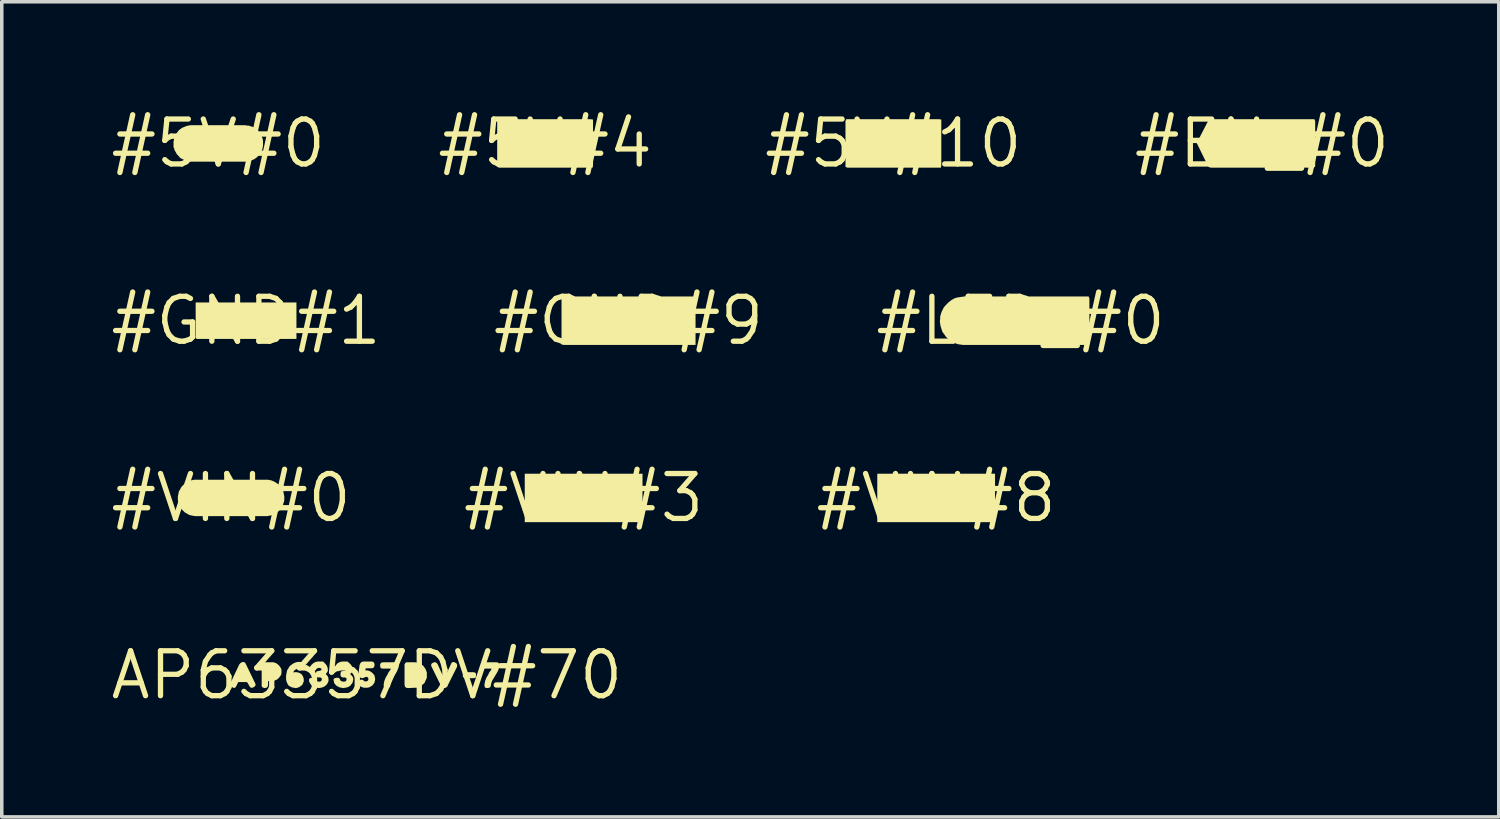
<source format=kicad_pcb>
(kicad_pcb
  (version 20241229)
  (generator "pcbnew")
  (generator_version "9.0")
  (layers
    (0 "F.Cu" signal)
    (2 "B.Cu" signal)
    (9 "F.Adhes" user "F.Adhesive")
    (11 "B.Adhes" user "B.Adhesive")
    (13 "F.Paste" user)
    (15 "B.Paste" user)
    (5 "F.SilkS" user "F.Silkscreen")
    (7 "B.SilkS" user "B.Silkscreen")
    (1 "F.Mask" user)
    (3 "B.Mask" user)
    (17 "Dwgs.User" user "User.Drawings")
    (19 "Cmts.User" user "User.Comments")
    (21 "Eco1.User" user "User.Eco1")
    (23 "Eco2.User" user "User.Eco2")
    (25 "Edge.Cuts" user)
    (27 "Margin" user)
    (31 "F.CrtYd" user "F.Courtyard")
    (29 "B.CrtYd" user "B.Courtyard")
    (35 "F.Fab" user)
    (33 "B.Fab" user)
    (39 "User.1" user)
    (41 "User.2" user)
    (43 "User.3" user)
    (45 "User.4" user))
  (footprint "#5V#0"
    (layer "F.Cu")
    (at 3.122 1.006)
    (property "Reference" "#5V#0" (at 0 0 0) (layer "F.SilkS") (effects (font (size 1.27 1.27) (thickness 0.15))))
    (fp_poly (pts (xy 0.76 -0.515) (xy 0.81 -0.505) (xy 0.861 -0.505) (xy 0.911 -0.485) (xy 0.962 -0.475) (xy 1.012 -0.444) (xy 1.053 -0.424) (xy 1.093 -0.384) (xy 1.134 -0.354) (xy 1.164 -0.313) (xy 1.194 -0.273) (xy 1.215 -0.232) (xy 1.235 -0.182) (xy 1.255 -0.131) (xy 1.265 -0.08) (xy 1.265 0.07) (xy 1.255 0.121) (xy 1.245 0.171) (xy 1.224 0.222) (xy 1.194 0.263) (xy 1.134 0.343) (xy 1.104 0.384) (xy 1.063 0.414) (xy 1.022 0.444) (xy 0.972 0.465) (xy 0.921 0.485) (xy 0.821 0.505) (xy 0.77 0.515) (xy -0.8 0.515) (xy -0.851 0.505) (xy -0.902 0.495) (xy -0.942 0.475) (xy -0.992 0.455) (xy -1.032 0.434) (xy -1.083 0.404) (xy -1.114 0.363) (xy -1.154 0.323) (xy -1.184 0.283) (xy -1.204 0.242) (xy -1.235 0.192) (xy -1.245 0.152) (xy -1.265 0.101) (xy -1.265 -0.05) (xy -1.255 -0.101) (xy -1.245 -0.151) (xy -1.225 -0.202) (xy -1.204 -0.252) (xy -1.174 -0.293) (xy -1.144 -0.333) (xy -1.114 -0.374) (xy -1.073 -0.404) (xy -1.033 -0.434) (xy -0.992 -0.455) (xy -0.942 -0.475) (xy -0.891 -0.495) (xy -0.841 -0.505) (xy -0.79 -0.515)) (stroke (width 0) (type default)) (fill yes) (layer "F.SilkS")))
  (footprint "#GND#9"
    (layer "F.Cu")
    (at 14.724 6.019)
    (property "Reference" "#GND#9" (at 0 0 0) (layer "F.SilkS") (effects (font (size 1.27 1.27) (thickness 0.15))))
    (fp_poly (pts (xy 1.83 -0.685) (xy 1.895 -0.674) (xy 1.895 0.685) (xy -1.83 0.685) (xy -1.895 0.674) (xy -1.895 -0.685)) (stroke (width 0) (type default)) (fill yes) (layer "F.SilkS"))
    (fp_poly (pts (xy 1.053 -0.224) (xy 1.104 -0.184) (xy 1.144 -0.133) (xy 1.175 -0.072) (xy 1.185 0) (xy 1.175 0.072) (xy 1.144 0.133) (xy 1.094 0.184) (xy 1.043 0.234) (xy 1.021 0.245) (xy 0.816 0.245) (xy 0.805 0.18) (xy 0.805 -0.223) (xy 0.848 -0.255) (xy 0.991 -0.255)) (stroke (width 0) (type default)) (fill yes) (layer "F.SilkS")))
  (footprint "#5V#4"
    (layer "F.Cu")
    (at 12.365 1.006)
    (property "Reference" "#5V#4" (at 0 0 0) (layer "F.SilkS") (effects (font (size 1.27 1.27) (thickness 0.15))))
    (fp_poly (pts (xy 1.29 -0.685) (xy 1.355 -0.674) (xy 1.355 0.62) (xy 1.344 0.685) (xy -1.301 0.685) (xy -1.355 0.663) (xy -1.355 -0.631) (xy -1.333 -0.685)) (stroke (width 0) (type default)) (fill yes) (layer "F.SilkS")))
  (footprint "#5V#10"
    (layer "F.Cu")
    (at 22.214 1.006)
    (property "Reference" "#5V#10" (at 0 0 0) (layer "F.SilkS") (effects (font (size 1.27 1.27) (thickness 0.15))))
    (fp_poly (pts (xy 1.29 -0.685) (xy 1.355 -0.674) (xy 1.355 0.62) (xy 1.344 0.685) (xy -1.301 0.685) (xy -1.355 0.663) (xy -1.355 -0.631) (xy -1.333 -0.685)) (stroke (width 0) (type default)) (fill yes) (layer "F.SilkS")))
  (footprint "#VIN#3"
    (layer "F.Cu")
    (at 13.454 11.031)
    (property "Reference" "#VIN#3" (at 0 0 0) (layer "F.SilkS") (effects (font (size 1.27 1.27) (thickness 0.15))))
    (fp_poly (pts (xy 1.665 -0.685) (xy 1.665 0.685) (xy -1.665 0.685) (xy -1.665 -0.685)) (stroke (width 0) (type default)) (fill yes) (layer "F.SilkS")))
  (footprint "#LED_#0"
    (layer "F.Cu")
    (at 25.812 6.019)
    (property "Reference" "#LED_#0" (at 0 0 0) (layer "F.SilkS") (effects (font (size 1.27 1.27) (thickness 0.15))))
    (fp_poly (pts (xy 0.753 -0.224) (xy 0.813 -0.184) (xy 0.854 -0.132) (xy 0.875 -0.071) (xy 0.885 0) (xy 0.875 0.072) (xy 0.844 0.133) (xy 0.804 0.183) (xy 0.753 0.234) (xy 0.731 0.245) (xy 0.516 0.245) (xy 0.505 0.18) (xy 0.505 -0.223) (xy 0.548 -0.255) (xy 0.691 -0.255)) (stroke (width 0) (type default)) (fill yes) (layer "F.SilkS"))
    (fp_poly (pts (xy 1.945 -0.631) (xy 1.945 0.663) (xy 1.891 0.685) (xy -1.63 0.685) (xy -1.701 0.675) (xy -1.771 0.665) (xy -1.832 0.645) (xy -1.953 0.584) (xy -2.013 0.544) (xy -2.063 0.504) (xy -2.114 0.453) (xy -2.154 0.393) (xy -2.194 0.343) (xy -2.225 0.282) (xy -2.245 0.211) (xy -2.265 0.151) (xy -2.275 0.081) (xy -2.285 0.02) (xy -2.275 -0.05) (xy -2.275 -0.121) (xy -2.255 -0.191) (xy -2.235 -0.252) (xy -2.174 -0.373) (xy -2.134 -0.423) (xy -2.084 -0.474) (xy -2.033 -0.524) (xy -1.983 -0.564) (xy -1.923 -0.604) (xy -1.862 -0.635) (xy -1.801 -0.655) (xy -1.731 -0.665) (xy -1.661 -0.675) (xy -1.6 -0.685) (xy 1.923 -0.685)) (stroke (width 0) (type default)) (fill yes) (layer "F.SilkS")))
  (footprint "#GND#1"
    (layer "F.Cu")
    (at 3.908 6.019)
    (property "Reference" "#GND#1" (at 0 0 0) (layer "F.SilkS") (effects (font (size 1.27 1.27) (thickness 0.15))))
    (fp_poly (pts (xy 1.425 -0.515) (xy 1.425 0.515) (xy -1.37 0.515) (xy -1.425 0.504) (xy -1.425 -0.515)) (stroke (width 0) (type default)) (fill yes) (layer "F.SilkS"))
    (fp_poly (pts (xy 0.741 -0.185) (xy 0.792 -0.175) (xy 0.834 -0.144) (xy 0.864 -0.102) (xy 0.885 -0.051) (xy 0.885 0.000495) (xy 0.875 0.051) (xy 0.854 0.103) (xy 0.824 0.134) (xy 0.783 0.174) (xy 0.761 0.185) (xy 0.605 0.185) (xy 0.605 -0.173) (xy 0.638 -0.195) (xy 0.69 -0.195)) (stroke (width 0) (type default)) (fill yes) (layer "F.SilkS")))
  (footprint "#EN_#0"
    (layer "F.Cu")
    (at 32.637 1.006)
    (property "Reference" "#EN_#0" (at 0 0 0) (layer "F.SilkS") (effects (font (size 1.27 1.27) (thickness 0.15))))
    (fp_poly (pts (xy 1.483 -0.685) (xy 1.505 -0.631) (xy 1.505 0.652) (xy 1.462 0.685) (xy -1.451 0.685) (xy -1.514 0.664) (xy -1.814 0.052) (xy -1.814 0.052) (xy -1.846 -0.01) (xy -1.503 -0.675) (xy -1.44 -0.685)) (stroke (width 0) (type default)) (fill yes) (layer "F.SilkS")))
  (footprint "#VIN#0"
    (layer "F.Cu")
    (at 3.485 11.031)
    (property "Reference" "#VIN#0" (at 0 0 0) (layer "F.SilkS") (effects (font (size 1.27 1.27) (thickness 0.15))))
    (fp_poly (pts (xy 1.04 -0.515) (xy 1.091 -0.505) (xy 1.141 -0.495) (xy 1.192 -0.475) (xy 1.232 -0.454) (xy 1.283 -0.424) (xy 1.323 -0.394) (xy 1.364 -0.364) (xy 1.394 -0.323) (xy 1.424 -0.282) (xy 1.444 -0.232) (xy 1.475 -0.192) (xy 1.485 -0.141) (xy 1.495 -0.091) (xy 1.505 -0.04) (xy 1.505 0.06) (xy 1.495 0.111) (xy 1.475 0.161) (xy 1.465 0.212) (xy 1.434 0.252) (xy 1.414 0.303) (xy 1.374 0.344) (xy 1.344 0.374) (xy 1.303 0.414) (xy 1.262 0.434) (xy 1.212 0.464) (xy 1.172 0.485) (xy 1.121 0.495) (xy 1.071 0.505) (xy 1.02 0.515) (xy -1.02 0.515) (xy -1.071 0.505) (xy -1.121 0.495) (xy -1.172 0.485) (xy -1.212 0.464) (xy -1.262 0.434) (xy -1.303 0.414) (xy -1.344 0.374) (xy -1.374 0.344) (xy -1.414 0.303) (xy -1.434 0.252) (xy -1.465 0.212) (xy -1.475 0.161) (xy -1.495 0.111) (xy -1.505 0.06) (xy -1.505 -0.04) (xy -1.495 -0.091) (xy -1.485 -0.141) (xy -1.475 -0.192) (xy -1.444 -0.232) (xy -1.424 -0.282) (xy -1.394 -0.323) (xy -1.354 -0.364) (xy -1.323 -0.394) (xy -1.283 -0.424) (xy -1.232 -0.454) (xy -1.192 -0.475) (xy -1.141 -0.495) (xy -1.091 -0.505) (xy -1.04 -0.515)) (stroke (width 0) (type default)) (fill yes) (layer "F.SilkS")))
  (footprint "AP63357DV#70"
    (layer "F.Cu")
    (at 7.325 16.043)
    (property "Reference" "AP63357DV#70" (at 0 0 0) (layer "F.SilkS") (effects (font (size 1.27 1.27) (thickness 0.15))))
    (fp_poly (pts (xy 3.074 -0.064) (xy 3.085 -0.031) (xy 3.085 0.031) (xy 3.074 0.074) (xy 3.01 0.085) (xy 2.81 0.085) (xy 2.758 0.075) (xy 2.715 0.053) (xy 2.715 -0.053) (xy 2.758 -0.075) (xy 2.81 -0.085) (xy 3.021 -0.085)) (stroke (width 0) (type default)) (fill yes) (layer "F.SilkS"))
    (fp_poly (pts (xy -3.447 -0.354) (xy -3.426 -0.322) (xy -3.155 0.238) (xy -3.145 0.281) (xy -3.177 0.324) (xy -3.229 0.355) (xy -3.282 0.355) (xy -3.314 0.323) (xy -3.364 0.233) (xy -3.393 0.195) (xy -3.637 0.195) (xy -3.706 0.333) (xy -3.749 0.366) (xy -3.802 0.344) (xy -3.854 0.314) (xy -3.875 0.27) (xy -3.855 0.218) (xy -3.614 -0.293) (xy -3.584 -0.334) (xy -3.542 -0.365) (xy -3.489 -0.375)) (stroke (width 0) (type default)) (fill yes) (layer "F.SilkS"))
    (fp_poly (pts (xy 2.502 -0.354) (xy 2.544 -0.323) (xy 2.555 -0.28) (xy 2.545 -0.228) (xy 2.295 0.272) (xy 2.274 0.323) (xy 2.232 0.355) (xy 2.18 0.365) (xy 2.127 0.344) (xy 2.096 0.303) (xy 1.825 -0.248) (xy 1.815 -0.291) (xy 1.836 -0.334) (xy 1.899 -0.365) (xy 1.942 -0.365) (xy 1.984 -0.333) (xy 2.004 -0.302) (xy 2.184 0.097) (xy 2.188 0.101) (xy 2.396 -0.354) (xy 2.45 -0.375)) (stroke (width 0) (type default)) (fill yes) (layer "F.SilkS"))
    (fp_poly (pts (xy -2.608 -0.355) (xy -2.558 -0.334) (xy -2.517 -0.304) (xy -2.476 -0.263) (xy -2.446 -0.223) (xy -2.426 -0.182) (xy -2.415 -0.161) (xy -2.415 -0.06) (xy -2.425 -0.008) (xy -2.456 0.033) (xy -2.486 0.073) (xy -2.527 0.114) (xy -2.563 0.132) (xy -2.563 0.133) (xy -2.568 0.135) (xy -2.572 0.137) (xy -2.572 0.136) (xy -2.619 0.155) (xy -2.67 0.165) (xy -2.769 0.165) (xy -2.795 0.174) (xy -2.795 0.281) (xy -2.805 0.323) (xy -2.838 0.355) (xy -2.901 0.365) (xy -2.953 0.344) (xy -2.975 0.312) (xy -2.975 -0.301) (xy -2.964 -0.344) (xy -2.911 -0.365) (xy -2.649 -0.365)) (stroke (width 0) (type default)) (fill yes) (layer "F.SilkS"))
    (fp_poly (pts (xy 1.411 -0.355) (xy 1.461 -0.345) (xy 1.512 -0.324) (xy 1.553 -0.294) (xy 1.594 -0.264) (xy 1.624 -0.223) (xy 1.654 -0.182) (xy 1.675 -0.132) (xy 1.695 -0.081) (xy 1.695 0.071) (xy 1.675 0.122) (xy 1.655 0.162) (xy 1.634 0.213) (xy 1.593 0.254) (xy 1.553 0.284) (xy 1.513 0.314) (xy 1.476 0.332) (xy 1.476 0.333) (xy 1.472 0.335) (xy 1.467 0.337) (xy 1.467 0.336) (xy 1.421 0.355) (xy 1.37 0.355) (xy 1.17 0.365) (xy 1.108 0.355) (xy 1.075 0.322) (xy 1.065 0.27) (xy 1.065 -0.301) (xy 1.086 -0.343) (xy 1.118 -0.365) (xy 1.36 -0.365)) (stroke (width 0) (type default)) (fill yes) (layer "F.SilkS"))
    (fp_poly (pts (xy 0.873 -0.355) (xy 0.895 -0.322) (xy 0.905 -0.27) (xy 0.895 -0.219) (xy 0.875 -0.168) (xy 0.855 -0.118) (xy 0.834 -0.078) (xy 0.724 0.103) (xy 0.694 0.152) (xy 0.675 0.202) (xy 0.665 0.241) (xy 0.655 0.333) (xy 0.612 0.355) (xy 0.55 0.365) (xy 0.497 0.354) (xy 0.475 0.311) (xy 0.475 0.26) (xy 0.485 0.209) (xy 0.495 0.159) (xy 0.515 0.108) (xy 0.536 0.058) (xy 0.586 -0.022) (xy 0.606 -0.072) (xy 0.665 -0.152) (xy 0.674 -0.185) (xy 0.429 -0.185) (xy 0.386 -0.207) (xy 0.375 -0.26) (xy 0.375 -0.312) (xy 0.407 -0.355) (xy 0.46 -0.365) (xy 0.81 -0.365)) (stroke (width 0) (type default)) (fill yes) (layer "F.SilkS"))
    (fp_poly (pts (xy 3.712 -0.355) (xy 3.745 -0.322) (xy 3.755 -0.27) (xy 3.745 -0.219) (xy 3.725 -0.168) (xy 3.705 -0.118) (xy 3.684 -0.078) (xy 3.574 0.103) (xy 3.544 0.152) (xy 3.525 0.202) (xy 3.515 0.241) (xy 3.494 0.333) (xy 3.462 0.355) (xy 3.4 0.365) (xy 3.347 0.354) (xy 3.325 0.311) (xy 3.325 0.26) (xy 3.335 0.209) (xy 3.345 0.159) (xy 3.365 0.108) (xy 3.386 0.058) (xy 3.436 -0.022) (xy 3.456 -0.072) (xy 3.515 -0.152) (xy 3.524 -0.185) (xy 3.279 -0.185) (xy 3.236 -0.207) (xy 3.225 -0.26) (xy 3.225 -0.312) (xy 3.257 -0.355) (xy 3.31 -0.365) (xy 3.66 -0.365)) (stroke (width 0) (type default)) (fill yes) (layer "F.SilkS"))
    (fp_poly (pts (xy -1.838 -0.365) (xy -1.805 -0.332) (xy -1.805 -0.28) (xy -1.815 -0.228) (xy -1.848 -0.195) (xy -1.9 -0.195) (xy -1.949 -0.185) (xy -2.008 -0.166) (xy -2.046 -0.136) (xy -2.076 -0.098) (xy -2.083 -0.077) (xy -2.04 -0.085) (xy -1.99 -0.085) (xy -1.939 -0.075) (xy -1.888 -0.054) (xy -1.846 -0.024) (xy -1.816 0.018) (xy -1.795 0.068) (xy -1.785 0.109) (xy -1.785 0.181) (xy -1.805 0.222) (xy -1.826 0.273) (xy -1.867 0.304) (xy -1.908 0.334) (xy -1.959 0.355) (xy -2.01 0.365) (xy -2.071 0.355) (xy -2.122 0.345) (xy -2.162 0.324) (xy -2.203 0.304) (xy -2.234 0.263) (xy -2.255 0.222) (xy -2.275 0.171) (xy -2.285 0.12) (xy -2.285 0.01) (xy -2.275 -0.041) (xy -2.265 -0.091) (xy -2.255 -0.142) (xy -2.224 -0.183) (xy -2.204 -0.223) (xy -2.174 -0.264) (xy -2.133 -0.294) (xy -2.093 -0.324) (xy -2.052 -0.345) (xy -2.001 -0.365) (xy -1.95 -0.375) (xy -1.89 -0.375)) (stroke (width 0) (type default)) (fill yes) (layer "F.SilkS"))
    (fp_poly (pts (xy 0.194 -0.364) (xy 0.215 -0.321) (xy 0.215 -0.259) (xy 0.194 -0.216) (xy 0.151 -0.195) (xy -0.009 -0.195) (xy -0.036 -0.186) (xy -0.044 -0.135) (xy 0.011 -0.135) (xy 0.052 -0.125) (xy 0.102 -0.104) (xy 0.143 -0.074) (xy 0.184 -0.033) (xy 0.215 0.008) (xy 0.225 0.059) (xy 0.235 0.11) (xy 0.225 0.161) (xy 0.215 0.212) (xy 0.184 0.253) (xy 0.153 0.294) (xy 0.102 0.324) (xy 0.062 0.345) (xy 0.01 0.355) (xy -0.091 0.355) (xy -0.142 0.335) (xy -0.193 0.314) (xy -0.234 0.273) (xy -0.255 0.231) (xy -0.245 0.188) (xy -0.203 0.136) (xy -0.16 0.125) (xy -0.108 0.135) (xy -0.068 0.175) (xy -0.011 0.175) (xy 0.026 0.156) (xy 0.045 0.119) (xy 0.035 0.073) (xy -0.001 0.045) (xy -0.048 0.055) (xy -0.088 0.075) (xy -0.14 0.085) (xy -0.192 0.064) (xy -0.234 0.033) (xy -0.245 0.000473) (xy -0.205 -0.291) (xy -0.194 -0.322) (xy -0.163 -0.364) (xy -0.111 -0.385) (xy 0.151 -0.385)) (stroke (width 0) (type default)) (fill yes) (layer "F.SilkS"))
    (fp_poly (pts (xy -1.166 -0.313) (xy -1.136 -0.272) (xy -1.115 -0.222) (xy -1.105 -0.181) (xy -1.105 -0.119) (xy -1.126 -0.077) (xy -1.155 -0.048) (xy -1.155 -0.022) (xy -1.116 0.017) (xy -1.095 0.058) (xy -1.085 0.11) (xy -1.085 0.171) (xy -1.126 0.253) (xy -1.167 0.294) (xy -1.208 0.324) (xy -1.258 0.345) (xy -1.299 0.355) (xy -1.36 0.365) (xy -1.411 0.355) (xy -1.461 0.345) (xy -1.512 0.325) (xy -1.553 0.304) (xy -1.584 0.263) (xy -1.614 0.222) (xy -1.635 0.171) (xy -1.635 0.118) (xy -1.613 0.086) (xy -1.56 0.075) (xy -1.498 0.075) (xy -1.466 0.107) (xy -1.446 0.156) (xy -1.399 0.175) (xy -1.35 0.185) (xy -1.303 0.175) (xy -1.275 0.138) (xy -1.275 0.092) (xy -1.312 0.065) (xy -1.36 0.065) (xy -1.413 0.054) (xy -1.435 0.022) (xy -1.445 -0.051) (xy -1.424 -0.104) (xy -1.391 -0.115) (xy -1.331 -0.125) (xy -1.285 -0.143) (xy -1.285 -0.177) (xy -1.322 -0.205) (xy -1.379 -0.205) (xy -1.417 -0.186) (xy -1.446 -0.146) (xy -1.488 -0.115) (xy -1.531 -0.115) (xy -1.584 -0.147) (xy -1.605 -0.199) (xy -1.605 -0.242) (xy -1.574 -0.283) (xy -1.533 -0.324) (xy -1.492 -0.354) (xy -1.442 -0.375) (xy -1.401 -0.385) (xy -1.238 -0.385)) (stroke (width 0) (type default)) (fill yes) (layer "F.SilkS"))
    (fp_poly (pts (xy -0.466 -0.313) (xy -0.436 -0.272) (xy -0.415 -0.222) (xy -0.405 -0.181) (xy -0.405 -0.119) (xy -0.426 -0.077) (xy -0.465 -0.048) (xy -0.465 -0.022) (xy -0.426 0.017) (xy -0.395 0.058) (xy -0.385 0.11) (xy -0.395 0.171) (xy -0.405 0.212) (xy -0.436 0.253) (xy -0.466 0.294) (xy -0.508 0.324) (xy -0.559 0.345) (xy -0.609 0.355) (xy -0.66 0.365) (xy -0.721 0.355) (xy -0.772 0.345) (xy -0.812 0.324) (xy -0.853 0.304) (xy -0.894 0.263) (xy -0.925 0.222) (xy -0.935 0.171) (xy -0.945 0.118) (xy -0.912 0.085) (xy -0.86 0.075) (xy -0.798 0.075) (xy -0.766 0.107) (xy -0.746 0.156) (xy -0.708 0.175) (xy -0.65 0.185) (xy -0.603 0.175) (xy -0.575 0.138) (xy -0.575 0.092) (xy -0.612 0.065) (xy -0.671 0.065) (xy -0.713 0.055) (xy -0.745 0.022) (xy -0.745 -0.05) (xy -0.734 -0.104) (xy -0.691 -0.115) (xy -0.632 -0.125) (xy -0.595 -0.143) (xy -0.595 -0.177) (xy -0.632 -0.205) (xy -0.679 -0.205) (xy -0.726 -0.186) (xy -0.746 -0.147) (xy -0.788 -0.115) (xy -0.842 -0.115) (xy -0.884 -0.147) (xy -0.915 -0.199) (xy -0.905 -0.242) (xy -0.874 -0.283) (xy -0.844 -0.324) (xy -0.802 -0.354) (xy -0.751 -0.375) (xy -0.7 -0.385) (xy -0.548 -0.385)) (stroke (width 0) (type default)) (fill yes) (layer "F.SilkS")))
  (footprint "#VIN#8"
    (layer "F.Cu")
    (at 23.423 11.031)
    (property "Reference" "#VIN#8" (at 0 0 0) (layer "F.SilkS") (effects (font (size 1.27 1.27) (thickness 0.15))))
    (fp_poly (pts (xy 1.665 -0.685) (xy 1.665 0.685) (xy -1.665 0.685) (xy -1.665 -0.685)) (stroke (width 0) (type default)) (fill yes) (layer "F.SilkS")))
  (gr_rect
    (start -3 -3)
    (end 39.333 20.05)
    (stroke (width 0.1) (type default))
    (fill no)
    (layer "Edge.Cuts")))
</source>
